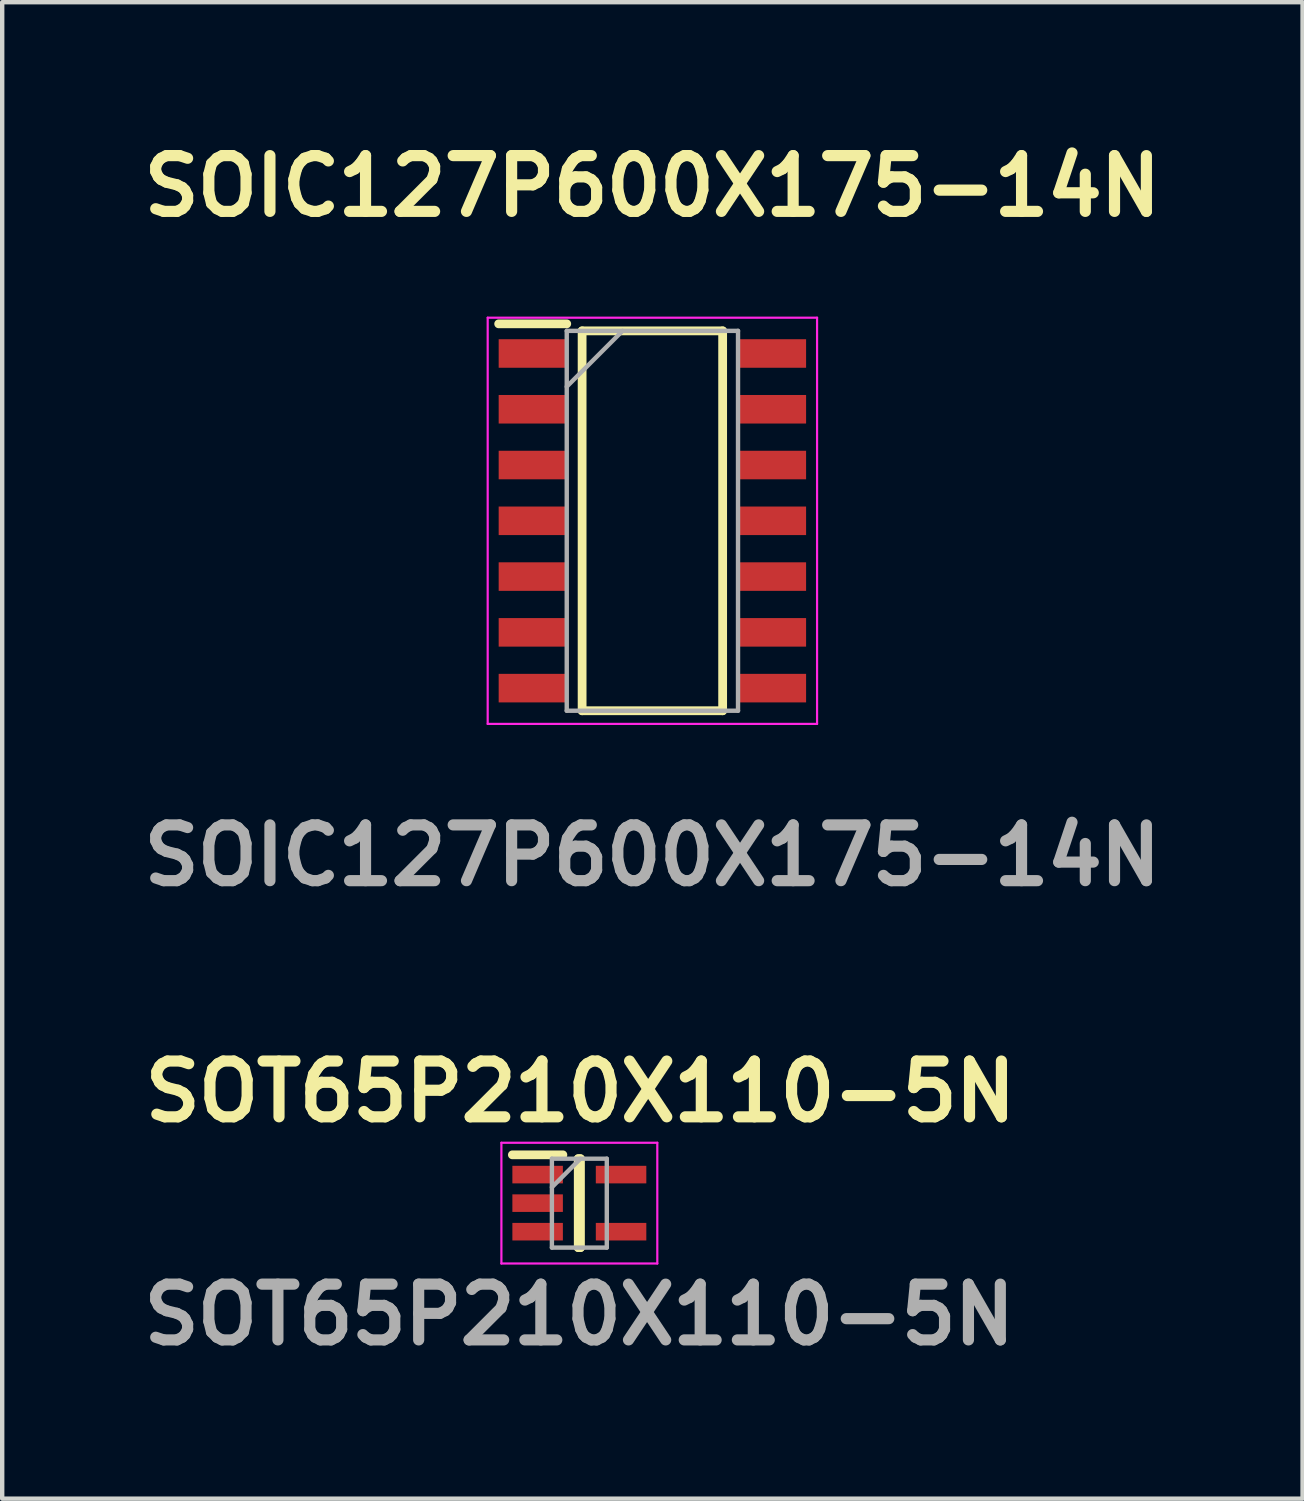
<source format=kicad_pcb>
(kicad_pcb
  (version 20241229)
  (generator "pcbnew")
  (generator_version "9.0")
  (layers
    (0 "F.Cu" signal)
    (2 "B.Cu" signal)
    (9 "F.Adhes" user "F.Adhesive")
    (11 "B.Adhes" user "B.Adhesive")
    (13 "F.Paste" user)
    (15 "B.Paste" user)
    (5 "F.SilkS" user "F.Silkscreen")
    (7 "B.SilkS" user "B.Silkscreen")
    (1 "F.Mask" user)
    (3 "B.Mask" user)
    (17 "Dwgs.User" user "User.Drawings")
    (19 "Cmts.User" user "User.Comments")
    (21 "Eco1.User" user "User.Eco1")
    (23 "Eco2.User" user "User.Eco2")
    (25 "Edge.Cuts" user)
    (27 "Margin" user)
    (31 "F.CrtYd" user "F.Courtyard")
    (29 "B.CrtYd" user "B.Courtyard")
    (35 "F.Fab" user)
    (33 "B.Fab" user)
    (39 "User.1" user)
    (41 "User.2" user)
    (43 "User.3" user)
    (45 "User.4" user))
  (footprint "SOT65P210X110-5N"
    (layer "F.Cu")
    (at 10.142 24.346)
    (property "Reference" "SOT65P210X110-5N" (at 0.025 -2.54 0) (layer "F.SilkS") (effects (font (size 1.27 1.27) (thickness 0.254))))
    (attr smd)
    (fp_line (start -1.525 -1.1) (end -0.375 -1.1) (stroke (width 0.2) (type solid)) (layer "F.SilkS"))
    (fp_line (start -0.025 -1.012) (end 0.025 -1.012) (stroke (width 0.2) (type solid)) (layer "F.SilkS"))
    (fp_line (start -0.025 1.012) (end -0.025 -1.012) (stroke (width 0.2) (type solid)) (layer "F.SilkS"))
    (fp_line (start 0.025 -1.012) (end 0.025 1.012) (stroke (width 0.2) (type solid)) (layer "F.SilkS"))
    (fp_line (start 0.025 1.012) (end -0.025 1.012) (stroke (width 0.2) (type solid)) (layer "F.SilkS"))
    (fp_line (start -1.775 -1.375) (end 1.775 -1.375) (stroke (width 0.05) (type solid)) (layer "F.CrtYd"))
    (fp_line (start -1.775 1.375) (end -1.775 -1.375) (stroke (width 0.05) (type solid)) (layer "F.CrtYd"))
    (fp_line (start 1.775 -1.375) (end 1.775 1.375) (stroke (width 0.05) (type solid)) (layer "F.CrtYd"))
    (fp_line (start 1.775 1.375) (end -1.775 1.375) (stroke (width 0.05) (type solid)) (layer "F.CrtYd"))
    (fp_line (start -0.625 -1.012) (end 0.625 -1.012) (stroke (width 0.1) (type solid)) (layer "F.Fab"))
    (fp_line (start -0.625 -0.362) (end 0.025 -1.012) (stroke (width 0.1) (type solid)) (layer "F.Fab"))
    (fp_line (start -0.625 1.012) (end -0.625 -1.012) (stroke (width 0.1) (type solid)) (layer "F.Fab"))
    (fp_line (start 0.625 -1.012) (end 0.625 1.012) (stroke (width 0.1) (type solid)) (layer "F.Fab"))
    (fp_line (start 0.625 1.012) (end -0.625 1.012) (stroke (width 0.1) (type solid)) (layer "F.Fab"))
    (fp_text user "${REFERENCE}" (at 0 2.54 0) (layer "F.Fab") (effects (font (size 1.27 1.27) (thickness 0.254))))
    (pad "1" smd rect (at -0.95 -0.65 90) (size 0.4 1.15) (layers "F.Cu" "F.Mask" "F.Paste"))
    (pad "2" smd rect (at -0.95 0 90) (size 0.4 1.15) (layers "F.Cu" "F.Mask" "F.Paste"))
    (pad "3" smd rect (at -0.95 0.65 90) (size 0.4 1.15) (layers "F.Cu" "F.Mask" "F.Paste"))
    (pad "4" smd rect (at 0.95 0.65 90) (size 0.4 1.15) (layers "F.Cu" "F.Mask" "F.Paste"))
    (pad "5" smd rect (at 0.95 -0.65 90) (size 0.4 1.15) (layers "F.Cu" "F.Mask" "F.Paste")))
  (footprint "SOIC127P600X175-14N"
    (layer "F.Cu")
    (at 11.805 8.809)
    (property "Reference" "SOIC127P600X175-14N" (at 0 -7.62 0) (layer "F.SilkS") (effects (font (size 1.27 1.27) (thickness 0.254))))
    (attr smd)
    (fp_line (start -3.5 -4.485) (end -1.95 -4.485) (stroke (width 0.2) (type solid)) (layer "F.SilkS"))
    (fp_line (start -1.6 -4.325) (end 1.6 -4.325) (stroke (width 0.2) (type solid)) (layer "F.SilkS"))
    (fp_line (start -1.6 4.325) (end -1.6 -4.325) (stroke (width 0.2) (type solid)) (layer "F.SilkS"))
    (fp_line (start 1.6 -4.325) (end 1.6 4.325) (stroke (width 0.2) (type solid)) (layer "F.SilkS"))
    (fp_line (start 1.6 4.325) (end -1.6 4.325) (stroke (width 0.2) (type solid)) (layer "F.SilkS"))
    (fp_line (start -3.75 -4.625) (end 3.75 -4.625) (stroke (width 0.05) (type solid)) (layer "F.CrtYd"))
    (fp_line (start -3.75 4.625) (end -3.75 -4.625) (stroke (width 0.05) (type solid)) (layer "F.CrtYd"))
    (fp_line (start 3.75 -4.625) (end 3.75 4.625) (stroke (width 0.05) (type solid)) (layer "F.CrtYd"))
    (fp_line (start 3.75 4.625) (end -3.75 4.625) (stroke (width 0.05) (type solid)) (layer "F.CrtYd"))
    (fp_line (start -1.95 -4.325) (end 1.95 -4.325) (stroke (width 0.1) (type solid)) (layer "F.Fab"))
    (fp_line (start -1.95 -3.055) (end -0.68 -4.325) (stroke (width 0.1) (type solid)) (layer "F.Fab"))
    (fp_line (start -1.95 4.325) (end -1.95 -4.325) (stroke (width 0.1) (type solid)) (layer "F.Fab"))
    (fp_line (start 1.95 -4.325) (end 1.95 4.325) (stroke (width 0.1) (type solid)) (layer "F.Fab"))
    (fp_line (start 1.95 4.325) (end -1.95 4.325) (stroke (width 0.1) (type solid)) (layer "F.Fab"))
    (fp_text user "${REFERENCE}" (at 0 7.62 0) (layer "F.Fab") (effects (font (size 1.27 1.27) (thickness 0.254))))
    (pad "1" smd rect (at -2.725 -3.81 90) (size 0.65 1.55) (layers "F.Cu" "F.Mask" "F.Paste"))
    (pad "2" smd rect (at -2.725 -2.54 90) (size 0.65 1.55) (layers "F.Cu" "F.Mask" "F.Paste"))
    (pad "3" smd rect (at -2.725 -1.27 90) (size 0.65 1.55) (layers "F.Cu" "F.Mask" "F.Paste"))
    (pad "4" smd rect (at -2.725 0 90) (size 0.65 1.55) (layers "F.Cu" "F.Mask" "F.Paste"))
    (pad "5" smd rect (at -2.725 1.27 90) (size 0.65 1.55) (layers "F.Cu" "F.Mask" "F.Paste"))
    (pad "6" smd rect (at -2.725 2.54 90) (size 0.65 1.55) (layers "F.Cu" "F.Mask" "F.Paste"))
    (pad "7" smd rect (at -2.725 3.81 90) (size 0.65 1.55) (layers "F.Cu" "F.Mask" "F.Paste"))
    (pad "8" smd rect (at 2.725 3.81 90) (size 0.65 1.55) (layers "F.Cu" "F.Mask" "F.Paste"))
    (pad "9" smd rect (at 2.725 2.54 90) (size 0.65 1.55) (layers "F.Cu" "F.Mask" "F.Paste"))
    (pad "10" smd rect (at 2.725 1.27 90) (size 0.65 1.55) (layers "F.Cu" "F.Mask" "F.Paste"))
    (pad "11" smd rect (at 2.725 0 90) (size 0.65 1.55) (layers "F.Cu" "F.Mask" "F.Paste"))
    (pad "12" smd rect (at 2.725 -1.27 90) (size 0.65 1.55) (layers "F.Cu" "F.Mask" "F.Paste"))
    (pad "13" smd rect (at 2.725 -2.54 90) (size 0.65 1.55) (layers "F.Cu" "F.Mask" "F.Paste"))
    (pad "14" smd rect (at 2.725 -3.81 90) (size 0.65 1.55) (layers "F.Cu" "F.Mask" "F.Paste")))
  (gr_rect
    (start -3 -3)
    (end 26.61 31.075)
    (stroke (width 0.1) (type default))
    (fill no)
    (layer "Edge.Cuts")))
</source>
